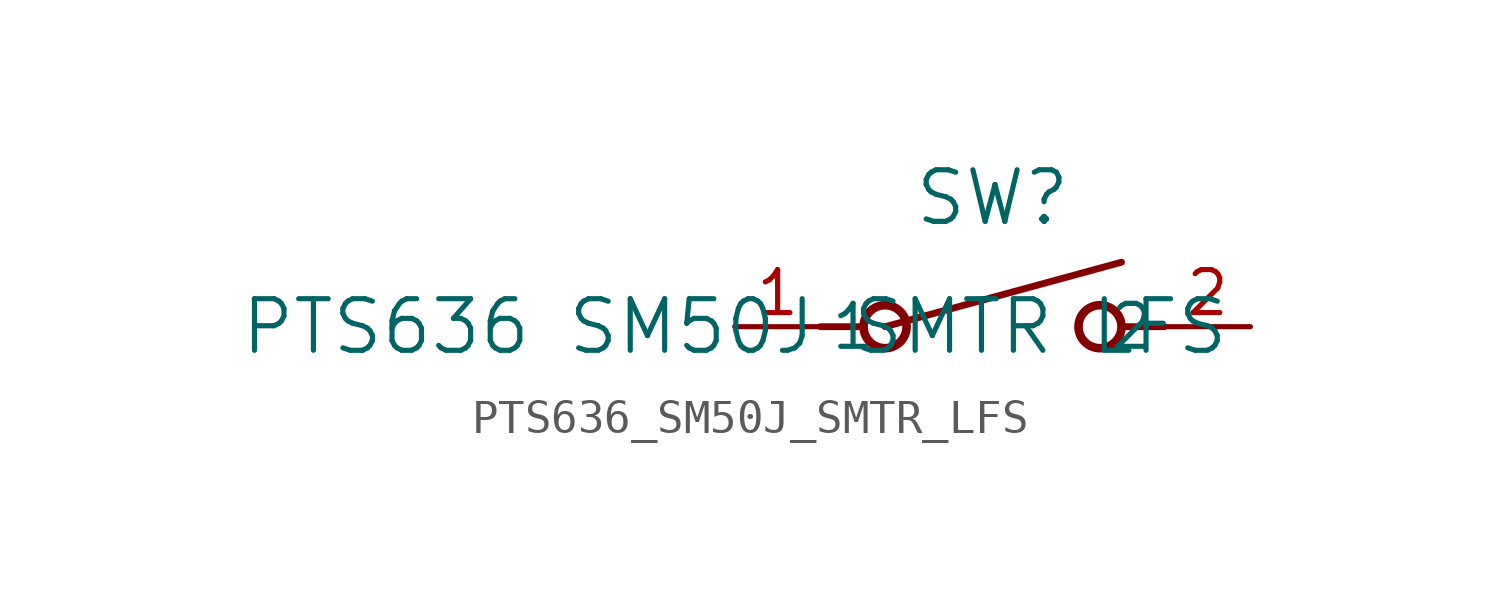
<source format=kicad_sym>
(kicad_symbol_lib
  (version 20211014)
  (generator kicad_symbol_editor)
  (symbol "PTS636_SM50J_SMTR_LFS"
    (pin_names
      (offset 0.254))
    (property "Reference" "SW"
      (at 7.62 3.81 0)
      (effects (font (size 1.524 1.524))))
    (property "Value" "PTS636 SM50J SMTR LFS"
      (at 0 0 0)
      (effects (font (size 1.524 1.524))))
    (symbol "PTS636_SM50J_SMTR_LFS_0_1"
      (polyline (pts (xy 2.54 0) (xy 3.81 0)) (stroke (width 0.203) (type default) (color 0 0 0 0)) (fill (type none)))
      (circle (center 10.795 0) (radius 0.635) (stroke (width 0.254) (type default) (color 0 0 0 0)) (fill (type none)))
      (circle (center 4.445 0) (radius 0.635) (stroke (width 0.254) (type default) (color 0 0 0 0)) (fill (type none)))
      (polyline (pts (xy 12.7 0) (xy 11.43 0)) (stroke (width 0.203) (type default) (color 0 0 0 0)) (fill (type none)))
      (polyline (pts (xy 4.445 0) (xy 11.43 1.905)) (stroke (width 0.203) (type default) (color 0 0 0 0)) (fill (type none)))
      (pin unspecified line (at 0 0 0) (length 2.54) (name "1" (effects (font (size 1.27 1.27)))) (number "1" (effects (font (size 1.27 1.27)))))
      (pin unspecified line (at 15.24 0 180) (length 2.54) (name "2" (effects (font (size 1.27 1.27)))) (number "2" (effects (font (size 1.27 1.27))))))))
</source>
